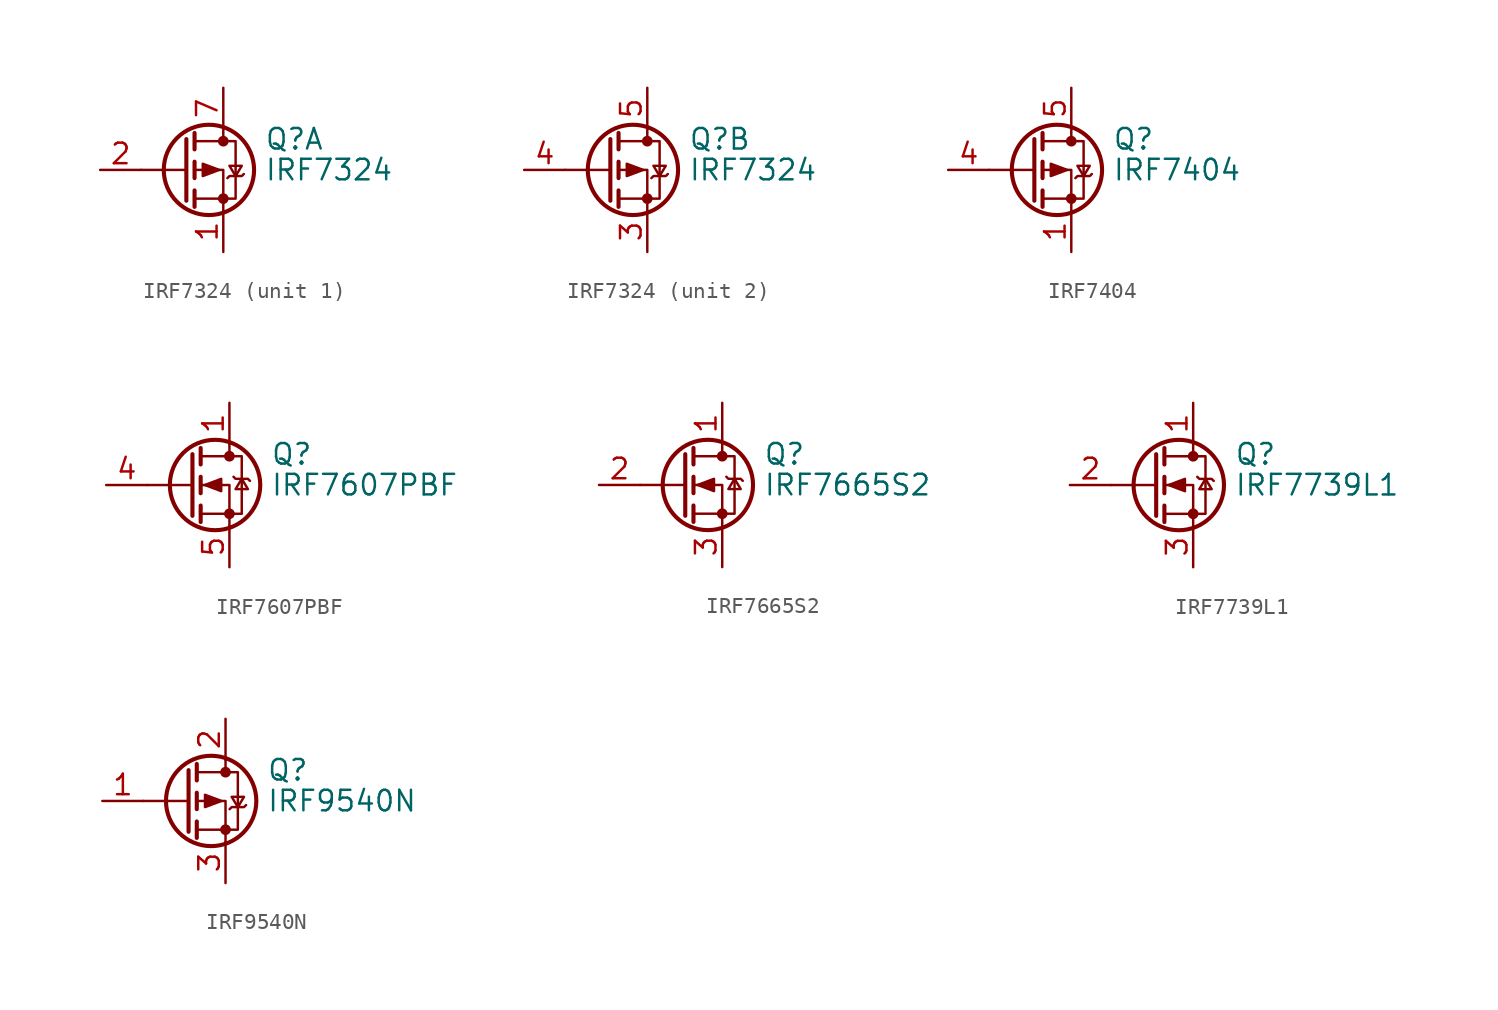
<source format=kicad_sym>
(kicad_symbol_lib
  (version 20241209)
  (generator "kicad_symbol_editor")
  (generator_version "9.0")
  (symbol "IRF7324"
    (pin_names
      (hide yes))
    (property "Reference" "Q"
      (at 5.08 1.905 0)
      (effects (font (size 1.27 1.27)) (justify left)))
    (property "Value" "IRF7324"
      (at 5.08 0 0)
      (effects (font (size 1.27 1.27)) (justify left)))
    (symbol "IRF7324_0_1"
      (polyline (pts (xy 0.254 1.905) (xy 0.254 -1.905)) (stroke (width 0.254) (type default)) (fill (type none)))
      (polyline (pts (xy 0.254 0) (xy -2.54 0)) (stroke (width 0) (type default)) (fill (type none)))
      (polyline (pts (xy 0.762 2.286) (xy 0.762 1.27)) (stroke (width 0.254) (type default)) (fill (type none)))
      (polyline (pts (xy 0.762 1.778) (xy 3.302 1.778) (xy 3.302 -1.778) (xy 0.762 -1.778)) (stroke (width 0) (type default)) (fill (type none)))
      (polyline (pts (xy 0.762 0.508) (xy 0.762 -0.508)) (stroke (width 0.254) (type default)) (fill (type none)))
      (polyline (pts (xy 0.762 -1.27) (xy 0.762 -2.286)) (stroke (width 0.254) (type default)) (fill (type none)))
      (circle (center 1.651 0) (radius 2.794) (stroke (width 0.254) (type default)) (fill (type none)))
      (polyline (pts (xy 2.286 0) (xy 1.27 0.381) (xy 1.27 -0.381) (xy 2.286 0)) (stroke (width 0) (type default)) (fill (type outline)))
      (polyline (pts (xy 2.54 2.54) (xy 2.54 1.778)) (stroke (width 0) (type default)) (fill (type none)))
      (circle (center 2.54 1.778) (radius 0.254) (stroke (width 0) (type default)) (fill (type outline)))
      (circle (center 2.54 -1.778) (radius 0.254) (stroke (width 0) (type default)) (fill (type outline)))
      (polyline (pts (xy 2.54 -2.54) (xy 2.54 0) (xy 0.762 0)) (stroke (width 0) (type default)) (fill (type none)))
      (polyline (pts (xy 2.794 -0.508) (xy 2.921 -0.381) (xy 3.683 -0.381) (xy 3.81 -0.254)) (stroke (width 0) (type default)) (fill (type none)))
      (polyline (pts (xy 3.302 -0.381) (xy 2.921 0.254) (xy 3.683 0.254) (xy 3.302 -0.381)) (stroke (width 0) (type default)) (fill (type none))))
    (symbol "IRF7324_1_1"
      (pin input line (at -5.08 0 0) (length 2.54) (name "G1" (effects (font (size 1.27 1.27)))) (number "2" (effects (font (size 1.27 1.27)))))
      (pin passive line (at 2.54 5.08 270) (length 2.54) (name "D1" (effects (font (size 1.27 1.27)))) (number "7" (effects (font (size 1.27 1.27)))))
      (pin passive line (at 2.54 5.08 270) (length 2.54) (hide yes) (name "D1" (effects (font (size 1.27 1.27)))) (number "8" (effects (font (size 1.27 1.27)))))
      (pin passive line (at 2.54 -5.08 90) (length 2.54) (name "S1" (effects (font (size 1.27 1.27)))) (number "1" (effects (font (size 1.27 1.27))))))
    (symbol "IRF7324_2_1"
      (pin input line (at -5.08 0 0) (length 2.54) (name "G2" (effects (font (size 1.27 1.27)))) (number "4" (effects (font (size 1.27 1.27)))))
      (pin passive line (at 2.54 5.08 270) (length 2.54) (name "D2" (effects (font (size 1.27 1.27)))) (number "5" (effects (font (size 1.27 1.27)))))
      (pin passive line (at 2.54 5.08 270) (length 2.54) (hide yes) (name "D2" (effects (font (size 1.27 1.27)))) (number "6" (effects (font (size 1.27 1.27)))))
      (pin passive line (at 2.54 -5.08 90) (length 2.54) (name "S2" (effects (font (size 1.27 1.27)))) (number "3" (effects (font (size 1.27 1.27)))))))
  (symbol "IRF7404"
    (pin_names
      (hide yes))
    (property "Reference" "Q"
      (at 5.08 1.905 0)
      (effects (font (size 1.27 1.27)) (justify left)))
    (property "Value" "IRF7404"
      (at 5.08 0 0)
      (effects (font (size 1.27 1.27)) (justify left)))
    (symbol "IRF7404_0_1"
      (polyline (pts (xy 0.254 1.905) (xy 0.254 -1.905)) (stroke (width 0.254) (type default)) (fill (type none)))
      (polyline (pts (xy 0.254 0) (xy -2.54 0)) (stroke (width 0) (type default)) (fill (type none)))
      (polyline (pts (xy 0.762 2.286) (xy 0.762 1.27)) (stroke (width 0.254) (type default)) (fill (type none)))
      (polyline (pts (xy 0.762 1.778) (xy 3.302 1.778) (xy 3.302 -1.778) (xy 0.762 -1.778)) (stroke (width 0) (type default)) (fill (type none)))
      (polyline (pts (xy 0.762 0.508) (xy 0.762 -0.508)) (stroke (width 0.254) (type default)) (fill (type none)))
      (polyline (pts (xy 0.762 -1.27) (xy 0.762 -2.286)) (stroke (width 0.254) (type default)) (fill (type none)))
      (circle (center 1.651 0) (radius 2.794) (stroke (width 0.254) (type default)) (fill (type none)))
      (polyline (pts (xy 2.286 0) (xy 1.27 0.381) (xy 1.27 -0.381) (xy 2.286 0)) (stroke (width 0) (type default)) (fill (type outline)))
      (polyline (pts (xy 2.54 2.54) (xy 2.54 1.778)) (stroke (width 0) (type default)) (fill (type none)))
      (circle (center 2.54 1.778) (radius 0.254) (stroke (width 0) (type default)) (fill (type outline)))
      (circle (center 2.54 -1.778) (radius 0.254) (stroke (width 0) (type default)) (fill (type outline)))
      (polyline (pts (xy 2.54 -2.54) (xy 2.54 0) (xy 0.762 0)) (stroke (width 0) (type default)) (fill (type none)))
      (polyline (pts (xy 2.794 -0.508) (xy 2.921 -0.381) (xy 3.683 -0.381) (xy 3.81 -0.254)) (stroke (width 0) (type default)) (fill (type none)))
      (polyline (pts (xy 3.302 -0.381) (xy 2.921 0.254) (xy 3.683 0.254) (xy 3.302 -0.381)) (stroke (width 0) (type default)) (fill (type none))))
    (symbol "IRF7404_1_1"
      (pin passive line (at -5.08 0 0) (length 2.54) (name "G" (effects (font (size 1.27 1.27)))) (number "4" (effects (font (size 1.27 1.27)))))
      (pin passive line (at 2.54 5.08 270) (length 2.54) (name "D" (effects (font (size 1.27 1.27)))) (number "5" (effects (font (size 1.27 1.27)))))
      (pin passive line (at 2.54 5.08 270) (length 2.54) (hide yes) (name "D" (effects (font (size 1.27 1.27)))) (number "6" (effects (font (size 1.27 1.27)))))
      (pin passive line (at 2.54 5.08 270) (length 2.54) (hide yes) (name "D" (effects (font (size 1.27 1.27)))) (number "7" (effects (font (size 1.27 1.27)))))
      (pin passive line (at 2.54 5.08 270) (length 2.54) (hide yes) (name "D" (effects (font (size 1.27 1.27)))) (number "8" (effects (font (size 1.27 1.27)))))
      (pin passive line (at 2.54 -5.08 90) (length 2.54) (name "S" (effects (font (size 1.27 1.27)))) (number "1" (effects (font (size 1.27 1.27)))))
      (pin passive line (at 2.54 -5.08 90) (length 2.54) (hide yes) (name "S" (effects (font (size 1.27 1.27)))) (number "2" (effects (font (size 1.27 1.27)))))
      (pin passive line (at 2.54 -5.08 90) (length 2.54) (hide yes) (name "S" (effects (font (size 1.27 1.27)))) (number "3" (effects (font (size 1.27 1.27)))))))
  (symbol "IRF7607PBF"
    (pin_names
      (hide yes))
    (property "Reference" "Q"
      (at 5.08 1.905 0)
      (effects (font (size 1.27 1.27)) (justify left)))
    (property "Value" "IRF7607PBF"
      (at 5.08 0 0)
      (effects (font (size 1.27 1.27)) (justify left)))
    (symbol "IRF7607PBF_0_1"
      (polyline (pts (xy 0.254 1.905) (xy 0.254 -1.905)) (stroke (width 0.254) (type default)) (fill (type none)))
      (polyline (pts (xy 0.254 0) (xy -2.54 0)) (stroke (width 0) (type default)) (fill (type none)))
      (polyline (pts (xy 0.762 2.286) (xy 0.762 1.27)) (stroke (width 0.254) (type default)) (fill (type none)))
      (polyline (pts (xy 0.762 0.508) (xy 0.762 -0.508)) (stroke (width 0.254) (type default)) (fill (type none)))
      (polyline (pts (xy 0.762 -1.27) (xy 0.762 -2.286)) (stroke (width 0.254) (type default)) (fill (type none)))
      (polyline (pts (xy 0.762 -1.778) (xy 3.302 -1.778) (xy 3.302 1.778) (xy 0.762 1.778)) (stroke (width 0) (type default)) (fill (type none)))
      (polyline (pts (xy 1.016 0) (xy 2.032 0.381) (xy 2.032 -0.381) (xy 1.016 0)) (stroke (width 0) (type default)) (fill (type outline)))
      (circle (center 1.651 0) (radius 2.794) (stroke (width 0.254) (type default)) (fill (type none)))
      (polyline (pts (xy 2.54 2.54) (xy 2.54 1.778)) (stroke (width 0) (type default)) (fill (type none)))
      (circle (center 2.54 1.778) (radius 0.254) (stroke (width 0) (type default)) (fill (type outline)))
      (circle (center 2.54 -1.778) (radius 0.254) (stroke (width 0) (type default)) (fill (type outline)))
      (polyline (pts (xy 2.54 -2.54) (xy 2.54 0) (xy 0.762 0)) (stroke (width 0) (type default)) (fill (type none)))
      (polyline (pts (xy 2.794 0.508) (xy 2.921 0.381) (xy 3.683 0.381) (xy 3.81 0.254)) (stroke (width 0) (type default)) (fill (type none)))
      (polyline (pts (xy 3.302 0.381) (xy 2.921 -0.254) (xy 3.683 -0.254) (xy 3.302 0.381)) (stroke (width 0) (type default)) (fill (type none))))
    (symbol "IRF7607PBF_1_1"
      (pin passive line (at -5.08 0 0) (length 2.54) (name "G" (effects (font (size 1.27 1.27)))) (number "4" (effects (font (size 1.27 1.27)))))
      (pin passive line (at 2.54 5.08 270) (length 2.54) (name "S" (effects (font (size 1.27 1.27)))) (number "1" (effects (font (size 1.27 1.27)))))
      (pin passive line (at 2.54 5.08 270) (length 2.54) (hide yes) (name "S" (effects (font (size 1.27 1.27)))) (number "2" (effects (font (size 1.27 1.27)))))
      (pin passive line (at 2.54 5.08 270) (length 2.54) (hide yes) (name "S" (effects (font (size 1.27 1.27)))) (number "3" (effects (font (size 1.27 1.27)))))
      (pin passive line (at 2.54 -5.08 90) (length 2.54) (name "D" (effects (font (size 1.27 1.27)))) (number "5" (effects (font (size 1.27 1.27)))))
      (pin passive line (at 2.54 -5.08 90) (length 2.54) (hide yes) (name "D" (effects (font (size 1.27 1.27)))) (number "6" (effects (font (size 1.27 1.27)))))
      (pin passive line (at 2.54 -5.08 90) (length 2.54) (hide yes) (name "D" (effects (font (size 1.27 1.27)))) (number "7" (effects (font (size 1.27 1.27)))))
      (pin passive line (at 2.54 -5.08 90) (length 2.54) (hide yes) (name "D" (effects (font (size 1.27 1.27)))) (number "8" (effects (font (size 1.27 1.27)))))))
  (symbol "IRF7665S2"
    (pin_names
      (hide yes))
    (property "Reference" "Q"
      (at 5.08 1.905 0)
      (effects (font (size 1.27 1.27)) (justify left)))
    (property "Value" "IRF7665S2"
      (at 5.08 0 0)
      (effects (font (size 1.27 1.27)) (justify left)))
    (symbol "IRF7665S2_0_1"
      (polyline (pts (xy 0.254 1.905) (xy 0.254 -1.905)) (stroke (width 0.254) (type default)) (fill (type none)))
      (polyline (pts (xy 0.254 0) (xy -2.54 0)) (stroke (width 0) (type default)) (fill (type none)))
      (polyline (pts (xy 0.762 2.286) (xy 0.762 1.27)) (stroke (width 0.254) (type default)) (fill (type none)))
      (polyline (pts (xy 0.762 0.508) (xy 0.762 -0.508)) (stroke (width 0.254) (type default)) (fill (type none)))
      (polyline (pts (xy 0.762 -1.27) (xy 0.762 -2.286)) (stroke (width 0.254) (type default)) (fill (type none)))
      (polyline (pts (xy 0.762 -1.778) (xy 3.302 -1.778) (xy 3.302 1.778) (xy 0.762 1.778)) (stroke (width 0) (type default)) (fill (type none)))
      (polyline (pts (xy 1.016 0) (xy 2.032 0.381) (xy 2.032 -0.381) (xy 1.016 0)) (stroke (width 0) (type default)) (fill (type outline)))
      (circle (center 1.651 0) (radius 2.794) (stroke (width 0.254) (type default)) (fill (type none)))
      (polyline (pts (xy 2.54 2.54) (xy 2.54 1.778)) (stroke (width 0) (type default)) (fill (type none)))
      (circle (center 2.54 1.778) (radius 0.254) (stroke (width 0) (type default)) (fill (type outline)))
      (circle (center 2.54 -1.778) (radius 0.254) (stroke (width 0) (type default)) (fill (type outline)))
      (polyline (pts (xy 2.54 -2.54) (xy 2.54 0) (xy 0.762 0)) (stroke (width 0) (type default)) (fill (type none)))
      (polyline (pts (xy 2.794 0.508) (xy 2.921 0.381) (xy 3.683 0.381) (xy 3.81 0.254)) (stroke (width 0) (type default)) (fill (type none)))
      (polyline (pts (xy 3.302 0.381) (xy 2.921 -0.254) (xy 3.683 -0.254) (xy 3.302 0.381)) (stroke (width 0) (type default)) (fill (type none))))
    (symbol "IRF7665S2_1_1"
      (pin input line (at -5.08 0 0) (length 2.54) (name "G" (effects (font (size 1.27 1.27)))) (number "2" (effects (font (size 1.27 1.27)))))
      (pin passive line (at 2.54 5.08 270) (length 2.54) (name "D" (effects (font (size 1.27 1.27)))) (number "1" (effects (font (size 1.27 1.27)))))
      (pin passive line (at 2.54 -5.08 90) (length 2.54) (name "S" (effects (font (size 1.27 1.27)))) (number "3" (effects (font (size 1.27 1.27)))))))
  (symbol "IRF7739L1"
    (pin_names
      (hide yes))
    (property "Reference" "Q"
      (at 5.08 1.905 0)
      (effects (font (size 1.27 1.27)) (justify left)))
    (property "Value" "IRF7739L1"
      (at 5.08 0 0)
      (effects (font (size 1.27 1.27)) (justify left)))
    (symbol "IRF7739L1_0_1"
      (polyline (pts (xy 0.254 1.905) (xy 0.254 -1.905)) (stroke (width 0.254) (type default)) (fill (type none)))
      (polyline (pts (xy 0.254 0) (xy -2.54 0)) (stroke (width 0) (type default)) (fill (type none)))
      (polyline (pts (xy 0.762 2.286) (xy 0.762 1.27)) (stroke (width 0.254) (type default)) (fill (type none)))
      (polyline (pts (xy 0.762 0.508) (xy 0.762 -0.508)) (stroke (width 0.254) (type default)) (fill (type none)))
      (polyline (pts (xy 0.762 -1.27) (xy 0.762 -2.286)) (stroke (width 0.254) (type default)) (fill (type none)))
      (polyline (pts (xy 0.762 -1.778) (xy 3.302 -1.778) (xy 3.302 1.778) (xy 0.762 1.778)) (stroke (width 0) (type default)) (fill (type none)))
      (polyline (pts (xy 1.016 0) (xy 2.032 0.381) (xy 2.032 -0.381) (xy 1.016 0)) (stroke (width 0) (type default)) (fill (type outline)))
      (circle (center 1.651 0) (radius 2.794) (stroke (width 0.254) (type default)) (fill (type none)))
      (polyline (pts (xy 2.54 2.54) (xy 2.54 1.778)) (stroke (width 0) (type default)) (fill (type none)))
      (circle (center 2.54 1.778) (radius 0.254) (stroke (width 0) (type default)) (fill (type outline)))
      (circle (center 2.54 -1.778) (radius 0.254) (stroke (width 0) (type default)) (fill (type outline)))
      (polyline (pts (xy 2.54 -2.54) (xy 2.54 0) (xy 0.762 0)) (stroke (width 0) (type default)) (fill (type none)))
      (polyline (pts (xy 2.794 0.508) (xy 2.921 0.381) (xy 3.683 0.381) (xy 3.81 0.254)) (stroke (width 0) (type default)) (fill (type none)))
      (polyline (pts (xy 3.302 0.381) (xy 2.921 -0.254) (xy 3.683 -0.254) (xy 3.302 0.381)) (stroke (width 0) (type default)) (fill (type none))))
    (symbol "IRF7739L1_1_1"
      (pin input line (at -5.08 0 0) (length 2.54) (name "G" (effects (font (size 1.27 1.27)))) (number "2" (effects (font (size 1.27 1.27)))))
      (pin passive line (at 2.54 5.08 270) (length 2.54) (name "D" (effects (font (size 1.27 1.27)))) (number "1" (effects (font (size 1.27 1.27)))))
      (pin passive line (at 2.54 -5.08 90) (length 2.54) (name "S" (effects (font (size 1.27 1.27)))) (number "3" (effects (font (size 1.27 1.27)))))))
  (symbol "IRF9540N"
    (pin_names
      (hide yes))
    (property "Reference" "Q"
      (at 5.08 1.905 0)
      (effects (font (size 1.27 1.27)) (justify left)))
    (property "Value" "IRF9540N"
      (at 5.08 0 0)
      (effects (font (size 1.27 1.27)) (justify left)))
    (symbol "IRF9540N_0_1"
      (polyline (pts (xy 0.254 1.905) (xy 0.254 -1.905)) (stroke (width 0.254) (type default)) (fill (type none)))
      (polyline (pts (xy 0.254 0) (xy -2.54 0)) (stroke (width 0) (type default)) (fill (type none)))
      (polyline (pts (xy 0.762 2.286) (xy 0.762 1.27)) (stroke (width 0.254) (type default)) (fill (type none)))
      (polyline (pts (xy 0.762 1.778) (xy 3.302 1.778) (xy 3.302 -1.778) (xy 0.762 -1.778)) (stroke (width 0) (type default)) (fill (type none)))
      (polyline (pts (xy 0.762 0.508) (xy 0.762 -0.508)) (stroke (width 0.254) (type default)) (fill (type none)))
      (polyline (pts (xy 0.762 -1.27) (xy 0.762 -2.286)) (stroke (width 0.254) (type default)) (fill (type none)))
      (circle (center 1.651 0) (radius 2.794) (stroke (width 0.254) (type default)) (fill (type none)))
      (polyline (pts (xy 2.286 0) (xy 1.27 0.381) (xy 1.27 -0.381) (xy 2.286 0)) (stroke (width 0) (type default)) (fill (type outline)))
      (polyline (pts (xy 2.54 2.54) (xy 2.54 1.778)) (stroke (width 0) (type default)) (fill (type none)))
      (circle (center 2.54 1.778) (radius 0.254) (stroke (width 0) (type default)) (fill (type outline)))
      (circle (center 2.54 -1.778) (radius 0.254) (stroke (width 0) (type default)) (fill (type outline)))
      (polyline (pts (xy 2.54 -2.54) (xy 2.54 0) (xy 0.762 0)) (stroke (width 0) (type default)) (fill (type none)))
      (polyline (pts (xy 2.794 -0.508) (xy 2.921 -0.381) (xy 3.683 -0.381) (xy 3.81 -0.254)) (stroke (width 0) (type default)) (fill (type none)))
      (polyline (pts (xy 3.302 -0.381) (xy 2.921 0.254) (xy 3.683 0.254) (xy 3.302 -0.381)) (stroke (width 0) (type default)) (fill (type none))))
    (symbol "IRF9540N_1_1"
      (pin input line (at -5.08 0 0) (length 2.54) (name "G" (effects (font (size 1.27 1.27)))) (number "1" (effects (font (size 1.27 1.27)))))
      (pin passive line (at 2.54 5.08 270) (length 2.54) (name "D" (effects (font (size 1.27 1.27)))) (number "2" (effects (font (size 1.27 1.27)))))
      (pin passive line (at 2.54 -5.08 90) (length 2.54) (name "S" (effects (font (size 1.27 1.27)))) (number "3" (effects (font (size 1.27 1.27))))))))
</source>
